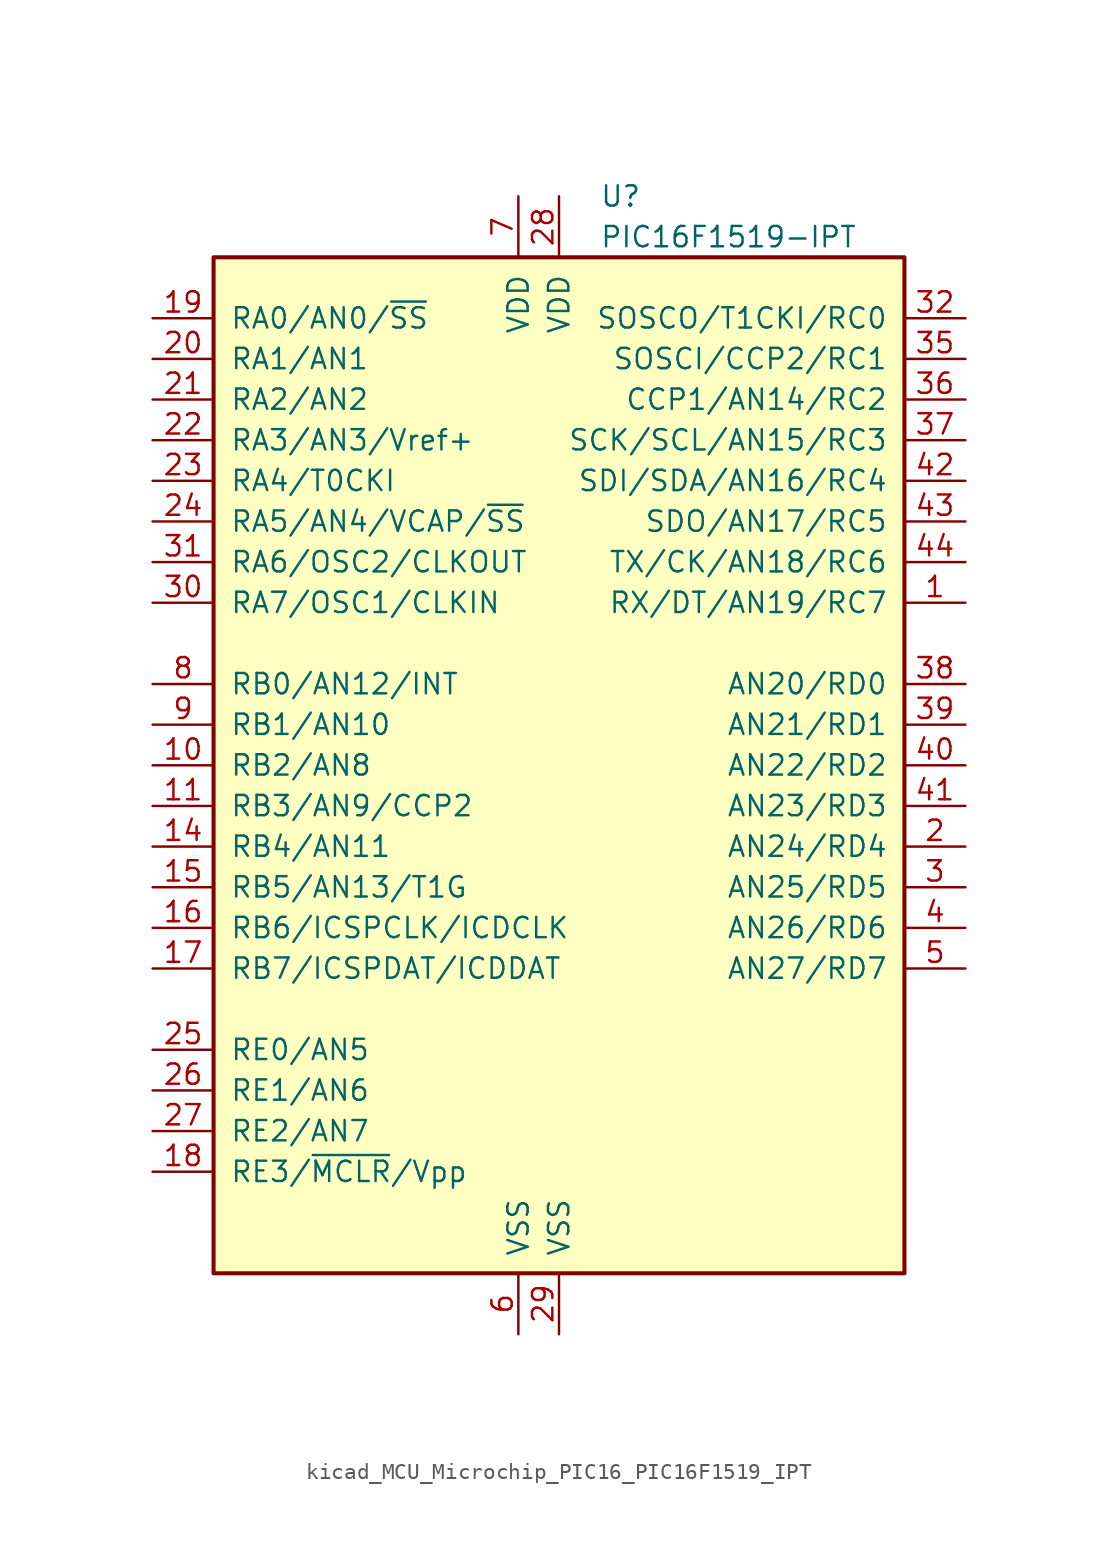
<source format=kicad_sym>
(kicad_symbol_lib
  (version 20220914)
  (generator kicad_symbol_editor)
  (symbol "kicad_MCU_Microchip_PIC16_PIC16F1519_IPT"
    (pin_names
      (offset 1.016))
    (property "Reference" "U"
      (at 2.54 35.56 0)
      (effects (font (size 1.27 1.27)) (justify left)))
    (property "Value" "PIC16F1519-IPT"
      (at 2.54 33.02 0)
      (effects (font (size 1.27 1.27)) (justify left)))
    (symbol "kicad_MCU_Microchip_PIC16_PIC16F1519_IPT_0_1"
      (rectangle (start -21.59 31.75) (end 21.59 -31.75) (stroke (width 0.254) (type default)) (fill (type background))))
    (symbol "kicad_MCU_Microchip_PIC16_PIC16F1519_IPT_1_1"
      (pin bidirectional line (at 25.4 10.16 180) (length 3.81) (name "RX/DT/AN19/RC7" (effects (font (size 1.27 1.27)))) (number "1" (effects (font (size 1.27 1.27)))))
      (pin bidirectional line (at -25.4 0 0) (length 3.81) (name "RB2/AN8" (effects (font (size 1.27 1.27)))) (number "10" (effects (font (size 1.27 1.27)))))
      (pin bidirectional line (at -25.4 -2.54 0) (length 3.81) (name "RB3/AN9/CCP2" (effects (font (size 1.27 1.27)))) (number "11" (effects (font (size 1.27 1.27)))))
      (pin bidirectional line (at -25.4 -5.08 0) (length 3.81) (name "RB4/AN11" (effects (font (size 1.27 1.27)))) (number "14" (effects (font (size 1.27 1.27)))))
      (pin bidirectional line (at -25.4 -7.62 0) (length 3.81) (name "RB5/AN13/T1G" (effects (font (size 1.27 1.27)))) (number "15" (effects (font (size 1.27 1.27)))))
      (pin bidirectional line (at -25.4 -10.16 0) (length 3.81) (name "RB6/ICSPCLK/ICDCLK" (effects (font (size 1.27 1.27)))) (number "16" (effects (font (size 1.27 1.27)))))
      (pin bidirectional line (at -25.4 -12.7 0) (length 3.81) (name "RB7/ICSPDAT/ICDDAT" (effects (font (size 1.27 1.27)))) (number "17" (effects (font (size 1.27 1.27)))))
      (pin input line (at -25.4 -25.4 0) (length 3.81) (name "RE3/~{MCLR}/Vpp" (effects (font (size 1.27 1.27)))) (number "18" (effects (font (size 1.27 1.27)))))
      (pin bidirectional line (at -25.4 27.94 0) (length 3.81) (name "RA0/AN0/~{SS}" (effects (font (size 1.27 1.27)))) (number "19" (effects (font (size 1.27 1.27)))))
      (pin bidirectional line (at 25.4 -5.08 180) (length 3.81) (name "AN24/RD4" (effects (font (size 1.27 1.27)))) (number "2" (effects (font (size 1.27 1.27)))))
      (pin bidirectional line (at -25.4 25.4 0) (length 3.81) (name "RA1/AN1" (effects (font (size 1.27 1.27)))) (number "20" (effects (font (size 1.27 1.27)))))
      (pin bidirectional line (at -25.4 22.86 0) (length 3.81) (name "RA2/AN2" (effects (font (size 1.27 1.27)))) (number "21" (effects (font (size 1.27 1.27)))))
      (pin bidirectional line (at -25.4 20.32 0) (length 3.81) (name "RA3/AN3/Vref+" (effects (font (size 1.27 1.27)))) (number "22" (effects (font (size 1.27 1.27)))))
      (pin bidirectional line (at -25.4 17.78 0) (length 3.81) (name "RA4/T0CKI" (effects (font (size 1.27 1.27)))) (number "23" (effects (font (size 1.27 1.27)))))
      (pin bidirectional line (at -25.4 15.24 0) (length 3.81) (name "RA5/AN4/VCAP/~{SS}" (effects (font (size 1.27 1.27)))) (number "24" (effects (font (size 1.27 1.27)))))
      (pin bidirectional line (at -25.4 -17.78 0) (length 3.81) (name "RE0/AN5" (effects (font (size 1.27 1.27)))) (number "25" (effects (font (size 1.27 1.27)))))
      (pin bidirectional line (at -25.4 -20.32 0) (length 3.81) (name "RE1/AN6" (effects (font (size 1.27 1.27)))) (number "26" (effects (font (size 1.27 1.27)))))
      (pin bidirectional line (at -25.4 -22.86 0) (length 3.81) (name "RE2/AN7" (effects (font (size 1.27 1.27)))) (number "27" (effects (font (size 1.27 1.27)))))
      (pin power_in line (at 0 35.56 270) (length 3.81) (name "VDD" (effects (font (size 1.27 1.27)))) (number "28" (effects (font (size 1.27 1.27)))))
      (pin power_in line (at 0 -35.56 90) (length 3.81) (name "VSS" (effects (font (size 1.27 1.27)))) (number "29" (effects (font (size 1.27 1.27)))))
      (pin bidirectional line (at 25.4 -7.62 180) (length 3.81) (name "AN25/RD5" (effects (font (size 1.27 1.27)))) (number "3" (effects (font (size 1.27 1.27)))))
      (pin bidirectional line (at -25.4 10.16 0) (length 3.81) (name "RA7/OSC1/CLKIN" (effects (font (size 1.27 1.27)))) (number "30" (effects (font (size 1.27 1.27)))))
      (pin bidirectional line (at -25.4 12.7 0) (length 3.81) (name "RA6/OSC2/CLKOUT" (effects (font (size 1.27 1.27)))) (number "31" (effects (font (size 1.27 1.27)))))
      (pin bidirectional line (at 25.4 27.94 180) (length 3.81) (name "SOSCO/T1CKI/RC0" (effects (font (size 1.27 1.27)))) (number "32" (effects (font (size 1.27 1.27)))))
      (pin bidirectional line (at 25.4 25.4 180) (length 3.81) (name "SOSCI/CCP2/RC1" (effects (font (size 1.27 1.27)))) (number "35" (effects (font (size 1.27 1.27)))))
      (pin bidirectional line (at 25.4 22.86 180) (length 3.81) (name "CCP1/AN14/RC2" (effects (font (size 1.27 1.27)))) (number "36" (effects (font (size 1.27 1.27)))))
      (pin bidirectional line (at 25.4 20.32 180) (length 3.81) (name "SCK/SCL/AN15/RC3" (effects (font (size 1.27 1.27)))) (number "37" (effects (font (size 1.27 1.27)))))
      (pin bidirectional line (at 25.4 5.08 180) (length 3.81) (name "AN20/RD0" (effects (font (size 1.27 1.27)))) (number "38" (effects (font (size 1.27 1.27)))))
      (pin bidirectional line (at 25.4 2.54 180) (length 3.81) (name "AN21/RD1" (effects (font (size 1.27 1.27)))) (number "39" (effects (font (size 1.27 1.27)))))
      (pin bidirectional line (at 25.4 -10.16 180) (length 3.81) (name "AN26/RD6" (effects (font (size 1.27 1.27)))) (number "4" (effects (font (size 1.27 1.27)))))
      (pin bidirectional line (at 25.4 0 180) (length 3.81) (name "AN22/RD2" (effects (font (size 1.27 1.27)))) (number "40" (effects (font (size 1.27 1.27)))))
      (pin bidirectional line (at 25.4 -2.54 180) (length 3.81) (name "AN23/RD3" (effects (font (size 1.27 1.27)))) (number "41" (effects (font (size 1.27 1.27)))))
      (pin bidirectional line (at 25.4 17.78 180) (length 3.81) (name "SDI/SDA/AN16/RC4" (effects (font (size 1.27 1.27)))) (number "42" (effects (font (size 1.27 1.27)))))
      (pin bidirectional line (at 25.4 15.24 180) (length 3.81) (name "SDO/AN17/RC5" (effects (font (size 1.27 1.27)))) (number "43" (effects (font (size 1.27 1.27)))))
      (pin bidirectional line (at 25.4 12.7 180) (length 3.81) (name "TX/CK/AN18/RC6" (effects (font (size 1.27 1.27)))) (number "44" (effects (font (size 1.27 1.27)))))
      (pin bidirectional line (at 25.4 -12.7 180) (length 3.81) (name "AN27/RD7" (effects (font (size 1.27 1.27)))) (number "5" (effects (font (size 1.27 1.27)))))
      (pin power_in line (at -2.54 -35.56 90) (length 3.81) (name "VSS" (effects (font (size 1.27 1.27)))) (number "6" (effects (font (size 1.27 1.27)))))
      (pin power_in line (at -2.54 35.56 270) (length 3.81) (name "VDD" (effects (font (size 1.27 1.27)))) (number "7" (effects (font (size 1.27 1.27)))))
      (pin bidirectional line (at -25.4 5.08 0) (length 3.81) (name "RB0/AN12/INT" (effects (font (size 1.27 1.27)))) (number "8" (effects (font (size 1.27 1.27)))))
      (pin bidirectional line (at -25.4 2.54 0) (length 3.81) (name "RB1/AN10" (effects (font (size 1.27 1.27)))) (number "9" (effects (font (size 1.27 1.27))))))))
</source>
